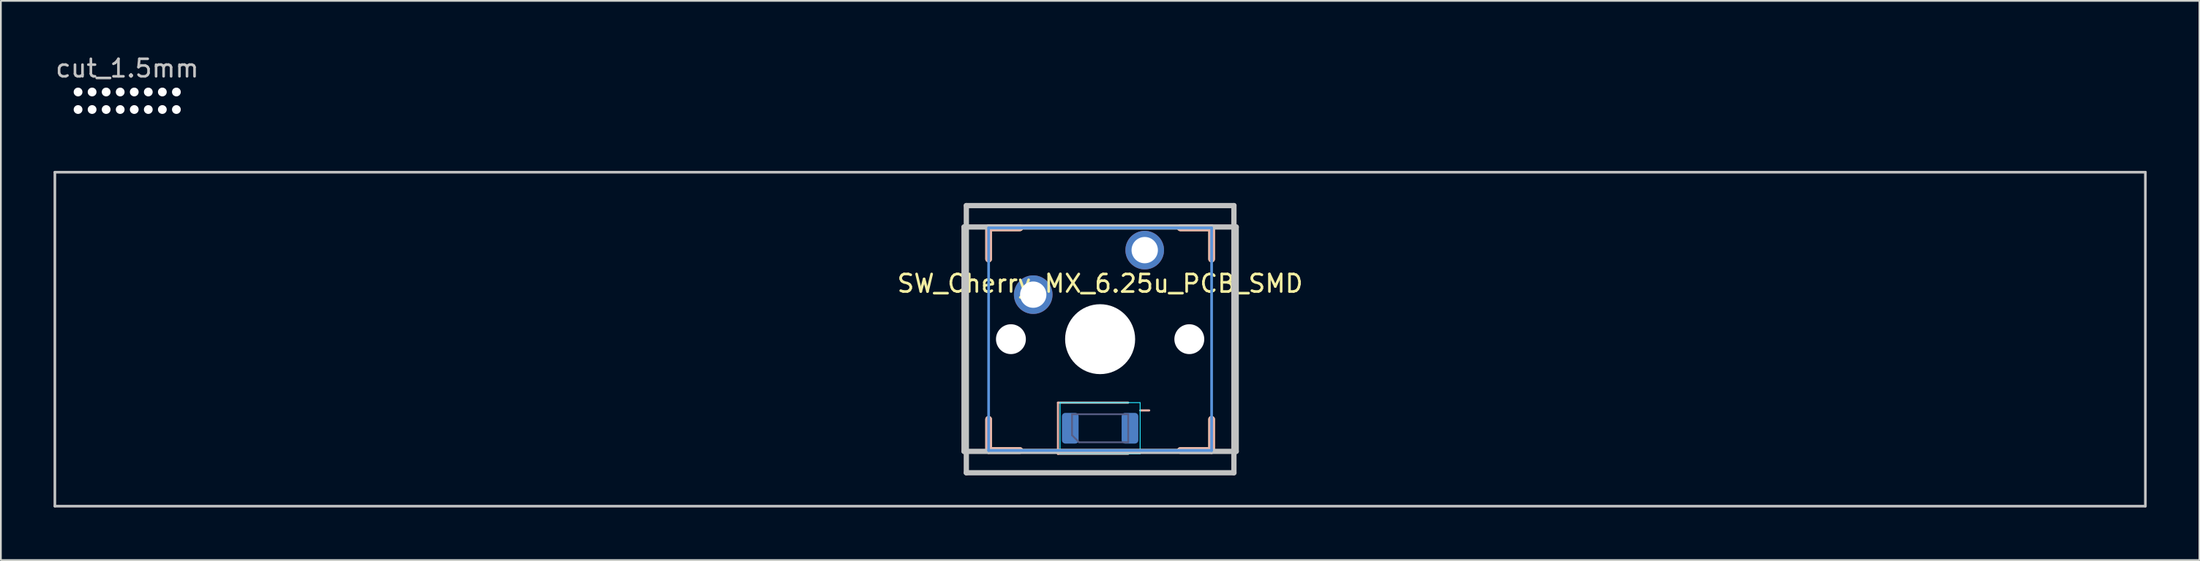
<source format=kicad_pcb>
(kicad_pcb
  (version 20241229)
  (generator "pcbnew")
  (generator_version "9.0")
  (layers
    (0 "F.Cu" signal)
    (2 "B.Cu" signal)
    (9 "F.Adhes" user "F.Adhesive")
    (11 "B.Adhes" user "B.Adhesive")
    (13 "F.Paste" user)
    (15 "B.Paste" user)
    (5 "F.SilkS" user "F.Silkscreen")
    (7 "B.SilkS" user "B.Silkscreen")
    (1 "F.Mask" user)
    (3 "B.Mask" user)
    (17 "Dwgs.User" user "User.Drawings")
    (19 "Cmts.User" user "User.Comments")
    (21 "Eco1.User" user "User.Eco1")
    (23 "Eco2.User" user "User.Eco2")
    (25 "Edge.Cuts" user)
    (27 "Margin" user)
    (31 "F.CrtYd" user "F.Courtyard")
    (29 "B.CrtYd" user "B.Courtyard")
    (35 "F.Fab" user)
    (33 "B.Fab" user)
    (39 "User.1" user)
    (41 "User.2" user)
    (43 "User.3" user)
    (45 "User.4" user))
  (footprint "SW_Cherry_MX_6.25u_PCB_SMD"
    (layer "F.Cu")
    (at 59.606 16.298)
    (property "Reference" "SW_Cherry_MX_6.25u_PCB_SMD" (at 0 -3.175 0) (layer "F.SilkS") (effects (font (size 1 1) (thickness 0.15))))
    (attr exclude_from_pos_files exclude_from_bom)
    (fp_line (start -6.35 -6.35) (end -4.572 -6.35) (stroke (width 0.381) (type solid)) (layer "F.SilkS"))
    (fp_line (start -6.35 -4.572) (end -6.35 -6.35) (stroke (width 0.381) (type solid)) (layer "F.SilkS"))
    (fp_line (start -6.35 6.35) (end -6.35 4.572) (stroke (width 0.381) (type solid)) (layer "F.SilkS"))
    (fp_line (start -4.572 6.35) (end -6.35 6.35) (stroke (width 0.381) (type solid)) (layer "F.SilkS"))
    (fp_line (start 4.572 -6.35) (end 6.35 -6.35) (stroke (width 0.381) (type solid)) (layer "F.SilkS"))
    (fp_line (start 6.35 -6.35) (end 6.35 -4.572) (stroke (width 0.381) (type solid)) (layer "F.SilkS"))
    (fp_line (start 6.35 4.572) (end 6.35 6.35) (stroke (width 0.381) (type solid)) (layer "F.SilkS"))
    (fp_line (start 6.35 6.35) (end 4.572 6.35) (stroke (width 0.381) (type solid)) (layer "F.SilkS"))
    (fp_line (start -6.35 -6.35) (end -6.35 -4.572) (stroke (width 0.381) (type solid)) (layer "B.SilkS"))
    (fp_line (start -6.35 4.572) (end -6.35 6.35) (stroke (width 0.381) (type solid)) (layer "B.SilkS"))
    (fp_line (start -6.35 6.35) (end -4.572 6.35) (stroke (width 0.381) (type solid)) (layer "B.SilkS"))
    (fp_line (start -4.572 -6.35) (end -6.35 -6.35) (stroke (width 0.381) (type solid)) (layer "B.SilkS"))
    (fp_line (start -2.4 3.62) (end 1.6 3.62) (stroke (width 0.12) (type solid)) (layer "B.SilkS"))
    (fp_line (start -2.4 6.54) (end -2.4 3.62) (stroke (width 0.12) (type solid)) (layer "B.SilkS"))
    (fp_line (start 1.6 6.54) (end -2.4 6.54) (stroke (width 0.12) (type solid)) (layer "B.SilkS"))
    (fp_line (start 2.286 4.064) (end 2.794 4.064) (stroke (width 0.12) (type solid)) (layer "B.SilkS"))
    (fp_line (start 4.572 6.35) (end 6.35 6.35) (stroke (width 0.381) (type solid)) (layer "B.SilkS"))
    (fp_line (start 6.35 -6.35) (end 4.572 -6.35) (stroke (width 0.381) (type solid)) (layer "B.SilkS"))
    (fp_line (start 6.35 -4.572) (end 6.35 -6.35) (stroke (width 0.381) (type solid)) (layer "B.SilkS"))
    (fp_line (start 6.35 6.35) (end 6.35 4.572) (stroke (width 0.381) (type solid)) (layer "B.SilkS"))
    (fp_line (start -59.531 -9.525) (end 59.531 -9.525) (stroke (width 0.15) (type solid)) (layer "Dwgs.User"))
    (fp_line (start -59.531 9.525) (end -59.531 -9.525) (stroke (width 0.15) (type solid)) (layer "Dwgs.User"))
    (fp_line (start -7.75 6.4) (end -7.75 -6.4) (stroke (width 0.3) (type solid)) (layer "Dwgs.User"))
    (fp_line (start -7.75 6.4) (end 7.75 6.4) (stroke (width 0.3) (type solid)) (layer "Dwgs.User"))
    (fp_line (start -7.62 -7.62) (end 7.62 -7.62) (stroke (width 0.3) (type solid)) (layer "Dwgs.User"))
    (fp_line (start -7.62 7.62) (end -7.62 -7.62) (stroke (width 0.3) (type solid)) (layer "Dwgs.User"))
    (fp_line (start 7.62 -7.62) (end 7.62 7.62) (stroke (width 0.3) (type solid)) (layer "Dwgs.User"))
    (fp_line (start 7.62 7.62) (end -7.62 7.62) (stroke (width 0.3) (type solid)) (layer "Dwgs.User"))
    (fp_line (start 7.75 -6.4) (end -7.75 -6.4) (stroke (width 0.3) (type solid)) (layer "Dwgs.User"))
    (fp_line (start 7.75 6.4) (end 7.75 -6.4) (stroke (width 0.3) (type solid)) (layer "Dwgs.User"))
    (fp_line (start 59.531 -9.525) (end 59.531 9.525) (stroke (width 0.15) (type solid)) (layer "Dwgs.User"))
    (fp_line (start 59.531 9.525) (end -59.531 9.525) (stroke (width 0.15) (type solid)) (layer "Dwgs.User"))
    (fp_line (start -6.35 -6.35) (end 6.35 -6.35) (stroke (width 0.152) (type solid)) (layer "Cmts.User"))
    (fp_line (start -6.35 6.35) (end -6.35 -6.35) (stroke (width 0.152) (type solid)) (layer "Cmts.User"))
    (fp_line (start 6.35 -6.35) (end 6.35 6.35) (stroke (width 0.152) (type solid)) (layer "Cmts.User"))
    (fp_line (start 6.35 6.35) (end -6.35 6.35) (stroke (width 0.152) (type solid)) (layer "Cmts.User"))
    (fp_line (start -6.985 -6.985) (end 6.985 -6.985) (stroke (width 0.152) (type solid)) (layer "Eco2.User"))
    (fp_line (start -6.985 6.985) (end -6.985 -6.985) (stroke (width 0.152) (type solid)) (layer "Eco2.User"))
    (fp_line (start 6.985 -6.985) (end 6.985 6.985) (stroke (width 0.152) (type solid)) (layer "Eco2.User"))
    (fp_line (start 6.985 6.985) (end -6.985 6.985) (stroke (width 0.152) (type solid)) (layer "Eco2.User"))
    (fp_line (start -2.28 3.62) (end -2.28 6.54) (stroke (width 0.05) (type solid)) (layer "B.CrtYd"))
    (fp_line (start -2.28 6.54) (end 2.28 6.54) (stroke (width 0.05) (type solid)) (layer "B.CrtYd"))
    (fp_line (start 2.28 3.62) (end -2.28 3.62) (stroke (width 0.05) (type solid)) (layer "B.CrtYd"))
    (fp_line (start 2.28 6.54) (end 2.28 3.62) (stroke (width 0.05) (type solid)) (layer "B.CrtYd"))
    (fp_line (start -1.6 4.28) (end 1.6 4.28) (stroke (width 0.1) (type solid)) (layer "B.Fab"))
    (fp_line (start -1.6 5.48) (end -1.6 4.28) (stroke (width 0.1) (type solid)) (layer "B.Fab"))
    (fp_line (start -1.2 5.88) (end -1.6 5.48) (stroke (width 0.1) (type solid)) (layer "B.Fab"))
    (fp_line (start 1.6 4.28) (end 1.6 5.88) (stroke (width 0.1) (type solid)) (layer "B.Fab"))
    (fp_line (start 1.6 5.88) (end -1.2 5.88) (stroke (width 0.1) (type solid)) (layer "B.Fab"))
    (pad "" np_thru_hole circle (at -5.08 0) (size 1.702 1.702) (drill 1.702) (layers "*.Cu" "*.Mask"))
    (pad "" np_thru_hole circle (at 0 0) (size 3.988 3.988) (drill 3.988) (layers "*.Cu" "*.Mask"))
    (pad "" np_thru_hole circle (at 5.08 0) (size 1.702 1.702) (drill 1.702) (layers "*.Cu" "*.Mask"))
    (pad "1" thru_hole circle (at -3.81 -2.54) (size 2.2 2.2) (drill 1.5) (layers "*.Cu" "*.Mask"))
    (pad "2" thru_hole circle (at 2.54 -5.08) (size 2.2 2.2) (drill 1.5) (layers "*.Cu" "*.Mask"))
    (pad "3" smd roundrect (at 1.7 5.08) (size 0.95 1.75) (layers "B.Cu" "B.Mask" "B.Paste") (roundrect_rratio 0.2))
    (pad "4" smd roundrect (at -1.7 5.08) (size 0.95 1.75) (layers "B.Cu" "B.Mask" "B.Paste") (roundrect_rratio 0.2)))
  (footprint "cut_1.5mm"
    (layer "F.Cu")
    (at 4.196 3.448)
    (property "Reference" "cut_1.5mm" (at 0 -2.6 0) (layer "Dwgs.User") (effects (font (size 1 1) (thickness 0.15))))
    (attr through_hole)
    (fp_line (start 3.75 -1.5) (end -3.75 -1.5) (stroke (width 0.05) (type solid)) (layer "Eco1.User"))
    (fp_line (start 3.75 0) (end -3.75 0) (stroke (width 0.05) (type solid)) (layer "Eco1.User"))
    (fp_arc (start -3.75 -1.5) (mid -3 -0.75) (end -3.75 0) (stroke (width 0.05) (type solid)) (layer "Eco1.User"))
    (fp_arc (start 3.75 0) (mid 3 -0.75) (end 3.75 -1.5) (stroke (width 0.05) (type solid)) (layer "Eco1.User"))
    (pad "" np_thru_hole circle (at -2.8 -1.25) (size 0.5 0.5) (drill 0.5) (layers "*.Cu" "*.Mask"))
    (pad "" np_thru_hole circle (at -2.8 -0.25) (size 0.5 0.5) (drill 0.5) (layers "*.Cu" "*.Mask"))
    (pad "" np_thru_hole circle (at -2 -1.25) (size 0.5 0.5) (drill 0.5) (layers "*.Cu" "*.Mask"))
    (pad "" np_thru_hole circle (at -2 -0.25) (size 0.5 0.5) (drill 0.5) (layers "*.Cu" "*.Mask"))
    (pad "" np_thru_hole circle (at -1.2 -1.25) (size 0.5 0.5) (drill 0.5) (layers "*.Cu" "*.Mask"))
    (pad "" np_thru_hole circle (at -1.2 -0.25) (size 0.5 0.5) (drill 0.5) (layers "*.Cu" "*.Mask"))
    (pad "" np_thru_hole circle (at -0.4 -1.25 180) (size 0.5 0.5) (drill 0.5) (layers "*.Cu" "*.Mask"))
    (pad "" np_thru_hole circle (at -0.4 -0.25) (size 0.5 0.5) (drill 0.5) (layers "*.Cu" "*.Mask"))
    (pad "" np_thru_hole circle (at 0.4 -1.25 180) (size 0.5 0.5) (drill 0.5) (layers "*.Cu" "*.Mask"))
    (pad "" np_thru_hole circle (at 0.4 -0.25) (size 0.5 0.5) (drill 0.5) (layers "*.Cu" "*.Mask"))
    (pad "" np_thru_hole circle (at 1.2 -1.25 180) (size 0.5 0.5) (drill 0.5) (layers "*.Cu" "*.Mask"))
    (pad "" np_thru_hole circle (at 1.2 -0.25 180) (size 0.5 0.5) (drill 0.5) (layers "*.Cu" "*.Mask"))
    (pad "" np_thru_hole circle (at 2 -1.25 180) (size 0.5 0.5) (drill 0.5) (layers "*.Cu" "*.Mask"))
    (pad "" np_thru_hole circle (at 2 -0.25 180) (size 0.5 0.5) (drill 0.5) (layers "*.Cu" "*.Mask"))
    (pad "" np_thru_hole circle (at 2.8 -1.25 180) (size 0.5 0.5) (drill 0.5) (layers "*.Cu" "*.Mask"))
    (pad "" np_thru_hole circle (at 2.8 -0.25 180) (size 0.5 0.5) (drill 0.5) (layers "*.Cu" "*.Mask")))
  (gr_rect
    (start -3 -3)
    (end 122.213 28.898)
    (stroke (width 0.1) (type default))
    (fill no)
    (layer "Edge.Cuts")))
</source>
